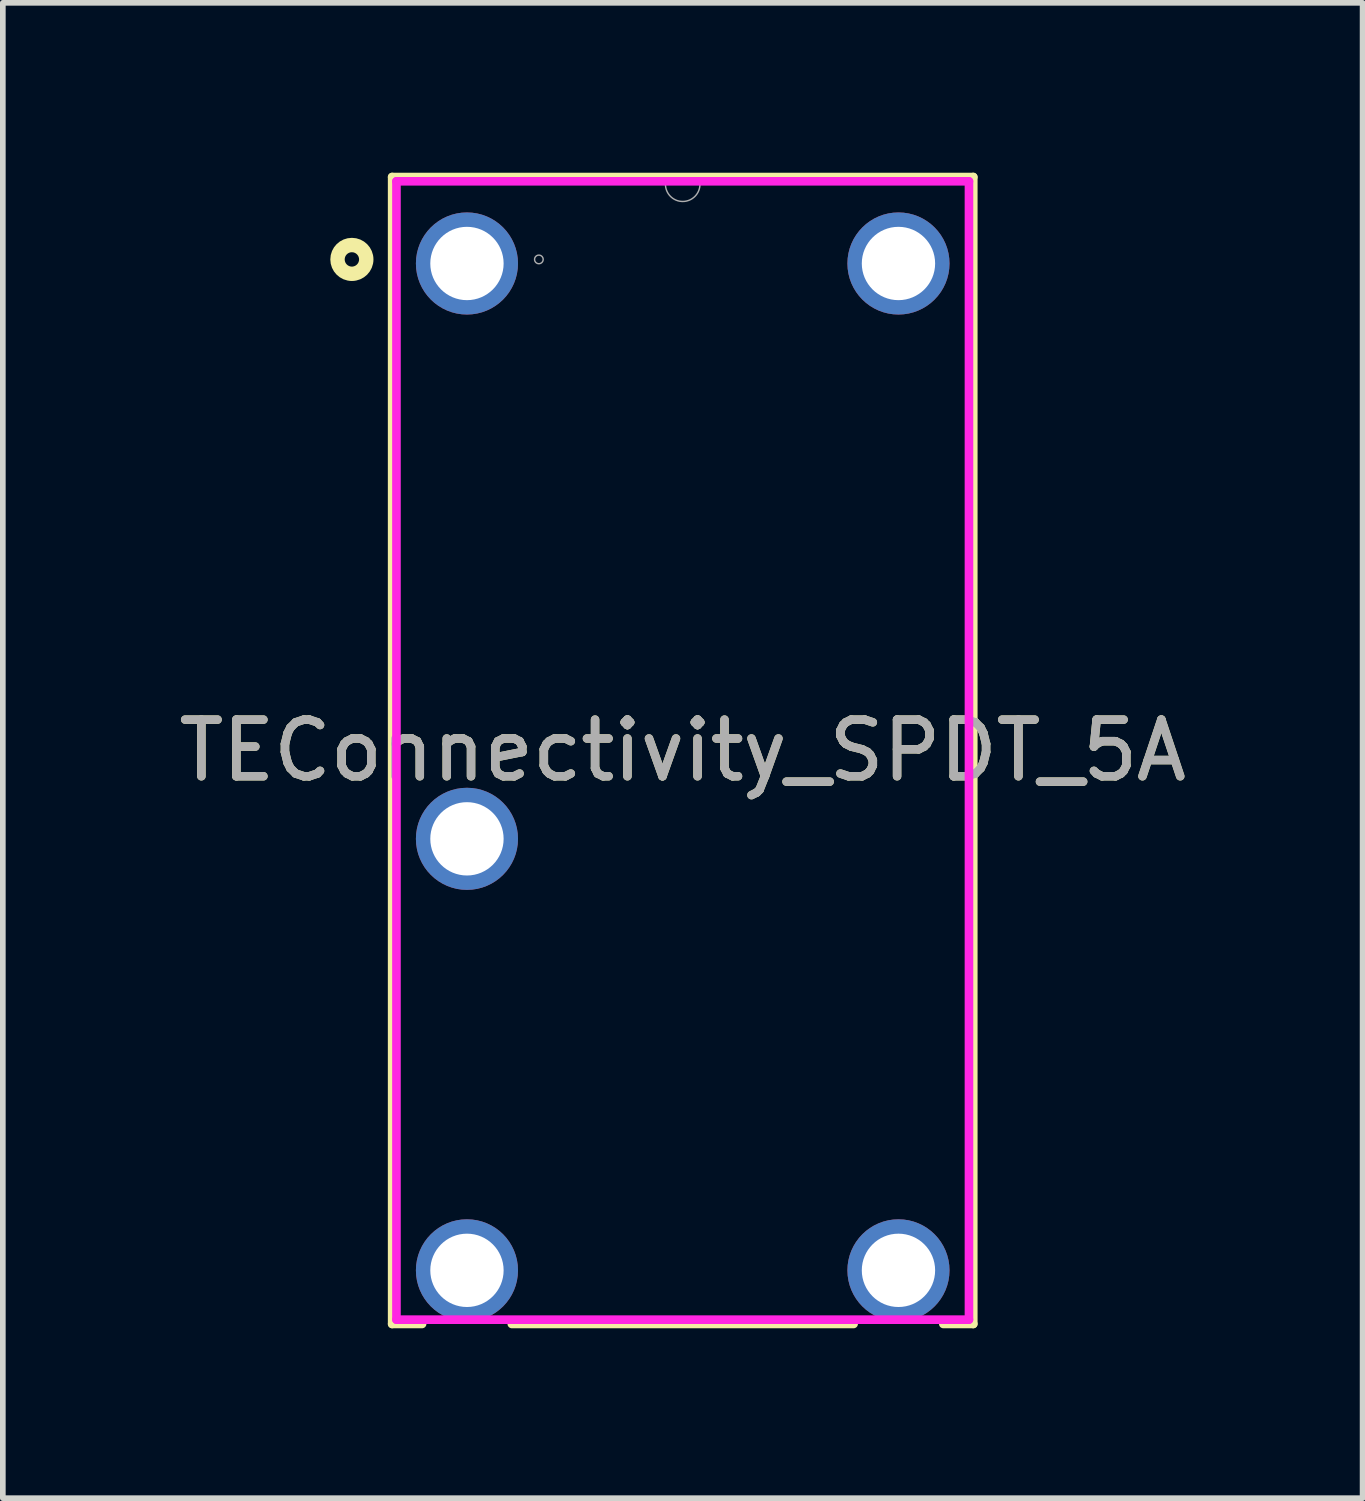
<source format=kicad_pcb>
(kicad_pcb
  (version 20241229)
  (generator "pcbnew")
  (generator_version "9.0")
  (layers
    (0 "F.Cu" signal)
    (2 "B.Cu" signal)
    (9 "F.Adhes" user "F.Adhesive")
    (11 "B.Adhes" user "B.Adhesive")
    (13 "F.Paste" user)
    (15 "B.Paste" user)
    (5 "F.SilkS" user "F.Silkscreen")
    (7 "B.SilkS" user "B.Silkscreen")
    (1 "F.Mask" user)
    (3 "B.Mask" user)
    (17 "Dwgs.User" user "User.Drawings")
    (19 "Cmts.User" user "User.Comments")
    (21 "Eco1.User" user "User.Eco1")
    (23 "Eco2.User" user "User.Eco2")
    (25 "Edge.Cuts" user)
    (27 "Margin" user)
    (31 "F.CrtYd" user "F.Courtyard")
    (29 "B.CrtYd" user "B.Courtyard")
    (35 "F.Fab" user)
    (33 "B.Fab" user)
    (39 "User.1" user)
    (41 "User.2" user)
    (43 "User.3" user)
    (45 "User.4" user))
  (footprint "TEConnectivity_SPDT_5A"
    (layer "F.Cu")
    (at 12.816 18.803)
    (property "Reference" "TEConnectivity_SPDT_5A" (at -3.81 -8.6 0) (unlocked yes) (layer "F.SilkS") (effects (font (size 1 1) (thickness 0.15))))
    (attr through_hole)
    (fp_line (start -8.941 -18.727) (end -8.941 1.527) (stroke (width 0.152) (type solid)) (layer "F.SilkS"))
    (fp_line (start -8.941 1.527) (end -8.412 1.527) (stroke (width 0.152) (type solid)) (layer "F.SilkS"))
    (fp_line (start -6.828 1.527) (end -0.792 1.527) (stroke (width 0.152) (type solid)) (layer "F.SilkS"))
    (fp_line (start 0.792 1.527) (end 1.321 1.527) (stroke (width 0.152) (type solid)) (layer "F.SilkS"))
    (fp_line (start 1.321 -18.727) (end -8.941 -18.727) (stroke (width 0.152) (type solid)) (layer "F.SilkS"))
    (fp_line (start 1.321 1.527) (end 1.321 -18.727) (stroke (width 0.152) (type solid)) (layer "F.SilkS"))
    (fp_circle (center -9.652 -17.272) (end -9.398 -17.272) (stroke (width 0.254) (type solid)) (fill no) (layer "F.SilkS"))
    (fp_line (start -8.865 -18.651) (end 1.245 -18.651) (stroke (width 0.152) (type solid)) (layer "F.CrtYd"))
    (fp_line (start -8.865 1.451) (end -8.865 -18.651) (stroke (width 0.152) (type solid)) (layer "F.CrtYd"))
    (fp_line (start 1.245 -18.651) (end 1.245 1.451) (stroke (width 0.152) (type solid)) (layer "F.CrtYd"))
    (fp_line (start 1.245 1.451) (end -8.865 1.451) (stroke (width 0.152) (type solid)) (layer "F.CrtYd"))
    (fp_line (start -8.814 -18.6) (end -8.814 1.4) (stroke (width 0.025) (type solid)) (layer "F.Fab"))
    (fp_line (start -8.814 1.4) (end 1.194 1.4) (stroke (width 0.025) (type solid)) (layer "F.Fab"))
    (fp_line (start 1.194 -18.6) (end -8.814 -18.6) (stroke (width 0.025) (type solid)) (layer "F.Fab"))
    (fp_line (start 1.194 1.4) (end 1.194 -18.6) (stroke (width 0.025) (type solid)) (layer "F.Fab"))
    (fp_arc (start -3.5052 -18.600001) (mid -3.81 -18.295201) (end -4.1148 -18.600001) (stroke (width 0.0254) (type solid)) (layer "F.Fab"))
    (fp_circle (center -6.35 -17.272) (end -6.274 -17.272) (stroke (width 0.025) (type solid)) (fill no) (layer "F.Fab"))
    (fp_text user "${REFERENCE}" (at -3.81 -8.6 0) (unlocked yes) (layer "F.Fab") (effects (font (size 1 1) (thickness 0.15))))
    (pad "11" thru_hole circle (at -7.62 -7.04) (size 1.803 1.803) (drill 1.295) (layers "*.Cu" "*.Mask"))
    (pad "12" thru_hole circle (at 0 0.58) (size 1.803 1.803) (drill 1.295) (layers "*.Cu" "*.Mask"))
    (pad "14" thru_hole circle (at -7.62 0.58) (size 1.803 1.803) (drill 1.295) (layers "*.Cu" "*.Mask"))
    (pad "A1" thru_hole circle (at -7.62 -17.2) (size 1.803 1.803) (drill 1.295) (layers "*.Cu" "*.Mask"))
    (pad "A2" thru_hole circle (at 0 -17.2) (size 1.803 1.803) (drill 1.295) (layers "*.Cu" "*.Mask")))
  (gr_rect
    (start -3 -3)
    (end 21.012 23.406)
    (stroke (width 0.1) (type default))
    (fill no)
    (layer "Edge.Cuts")))
</source>
